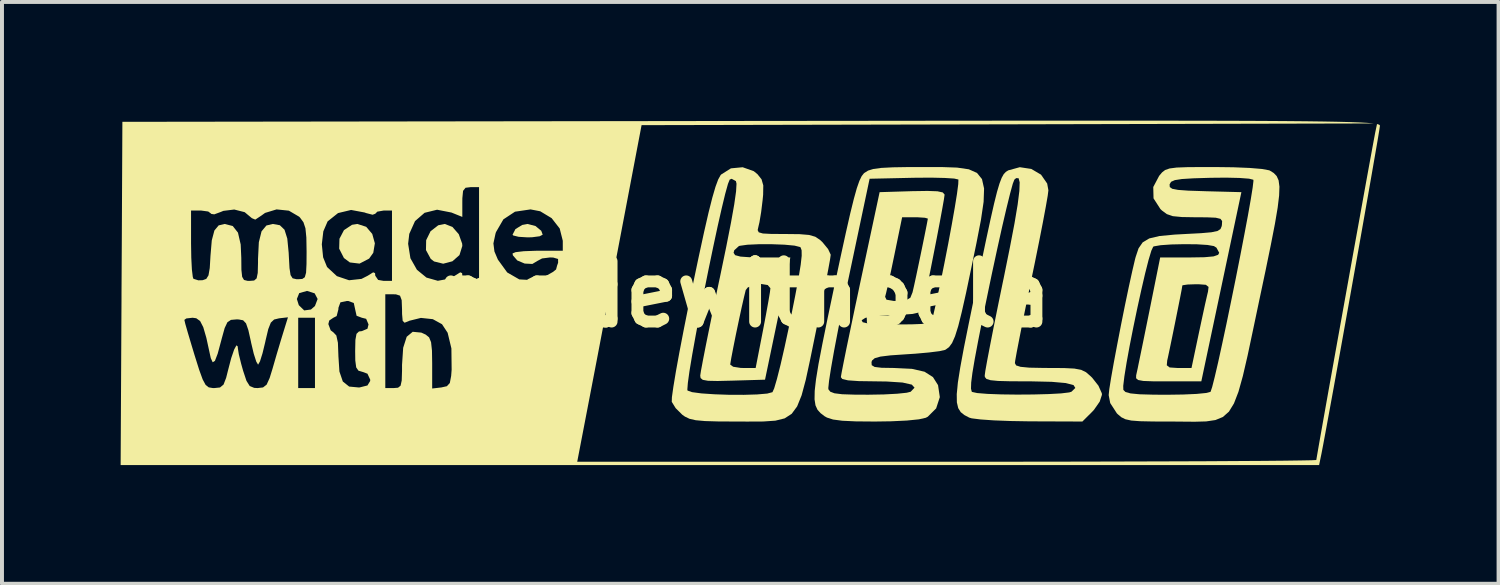
<source format=kicad_pcb>
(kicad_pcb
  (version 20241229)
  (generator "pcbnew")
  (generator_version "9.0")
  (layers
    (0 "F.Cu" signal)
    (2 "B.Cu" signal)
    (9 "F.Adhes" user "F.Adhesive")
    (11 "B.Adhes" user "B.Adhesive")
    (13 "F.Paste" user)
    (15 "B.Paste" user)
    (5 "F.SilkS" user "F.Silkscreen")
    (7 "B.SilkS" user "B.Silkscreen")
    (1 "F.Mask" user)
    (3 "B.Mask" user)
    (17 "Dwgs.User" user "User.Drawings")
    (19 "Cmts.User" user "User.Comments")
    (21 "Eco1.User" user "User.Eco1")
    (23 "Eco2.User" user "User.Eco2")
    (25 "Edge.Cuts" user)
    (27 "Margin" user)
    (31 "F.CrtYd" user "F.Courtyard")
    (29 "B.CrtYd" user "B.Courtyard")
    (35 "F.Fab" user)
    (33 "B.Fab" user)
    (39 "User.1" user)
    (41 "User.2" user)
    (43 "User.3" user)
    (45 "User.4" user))
  (footprint "madewithbela"
    (layer "F.Cu")
    (at 15.75 4.39)
    (property "Reference" "madewithbela" (at 0 0 0) (layer "F.SilkS") (effects (font (size 1.524 1.524) (thickness 0.3))))
    (attr board_only exclude_from_pos_files exclude_from_bom)
    (fp_poly (pts (xy -5.263 -1.726) (xy -5.116 -1.605) (xy -5.08 -1.507) (xy -5.156 -1.467) (xy -5.347 -1.442) (xy -5.461 -1.439) (xy -5.688 -1.453) (xy -5.825 -1.487) (xy -5.842 -1.507) (xy -5.769 -1.648) (xy -5.598 -1.753) (xy -5.461 -1.778)) (stroke (width 0) (type solid)) (fill yes) (layer "F.SilkS"))
    (fp_poly (pts (xy -9.542 -1.706) (xy -9.389 -1.526) (xy -9.323 -1.289) (xy -9.363 -1.049) (xy -9.468 -0.902) (xy -9.71 -0.776) (xy -9.955 -0.805) (xy -10.105 -0.917) (xy -10.225 -1.153) (xy -10.218 -1.404) (xy -10.104 -1.622) (xy -9.9 -1.757) (xy -9.764 -1.778)) (stroke (width 0) (type solid)) (fill yes) (layer "F.SilkS"))
    (fp_poly (pts (xy -7.362 -1.703) (xy -7.201 -1.518) (xy -7.116 -1.281) (xy -7.112 -1.222) (xy -7.184 -0.991) (xy -7.363 -0.834) (xy -7.595 -0.773) (xy -7.826 -0.83) (xy -7.91 -0.895) (xy -8.031 -1.118) (xy -8.026 -1.368) (xy -7.915 -1.594) (xy -7.72 -1.745) (xy -7.555 -1.778)) (stroke (width 0) (type solid)) (fill yes) (layer "F.SilkS"))
    (fp_poly (pts (xy 7.273 -3.169) (xy 7.519 -3.024) (xy 7.674 -2.8) (xy 7.705 -2.629) (xy 7.688 -2.493) (xy 7.64 -2.217) (xy 7.567 -1.826) (xy 7.473 -1.346) (xy 7.363 -0.802) (xy 7.281 -0.407) (xy 7.164 0.161) (xy 7.058 0.678) (xy 6.971 1.118) (xy 6.905 1.459) (xy 6.866 1.676) (xy 6.858 1.74) (xy 6.889 1.798) (xy 7.001 1.834) (xy 7.221 1.855) (xy 7.575 1.862) (xy 7.711 1.863) (xy 8.101 1.865) (xy 8.361 1.878) (xy 8.533 1.91) (xy 8.656 1.97) (xy 8.77 2.069) (xy 8.812 2.11) (xy 8.97 2.311) (xy 9.055 2.501) (xy 9.059 2.54) (xy 9.002 2.714) (xy 8.859 2.919) (xy 8.812 2.97) (xy 8.564 3.217) (xy 7.224 3.212) (xy 6.752 3.204) (xy 6.329 3.188) (xy 5.988 3.164) (xy 5.765 3.136) (xy 5.704 3.118) (xy 5.582 3.054) (xy 5.489 2.98) (xy 5.425 2.878) (xy 5.391 2.732) (xy 5.388 2.523) (xy 5.402 2.384) (xy 5.748 2.384) (xy 5.766 2.459) (xy 5.776 2.469) (xy 5.905 2.497) (xy 6.164 2.518) (xy 6.513 2.531) (xy 6.913 2.536) (xy 7.324 2.533) (xy 7.707 2.523) (xy 8.023 2.506) (xy 8.231 2.481) (xy 8.287 2.464) (xy 8.386 2.368) (xy 8.34 2.295) (xy 8.142 2.244) (xy 7.788 2.213) (xy 7.271 2.201) (xy 7.192 2.201) (xy 6.741 2.199) (xy 6.433 2.191) (xy 6.241 2.172) (xy 6.139 2.14) (xy 6.099 2.091) (xy 6.095 2.053) (xy 6.111 1.934) (xy 6.158 1.672) (xy 6.231 1.29) (xy 6.325 0.811) (xy 6.437 0.258) (xy 6.561 -0.346) (xy 6.572 -0.396) (xy 6.729 -1.172) (xy 6.848 -1.793) (xy 6.928 -2.27) (xy 6.971 -2.612) (xy 6.979 -2.831) (xy 6.951 -2.935) (xy 6.889 -2.936) (xy 6.845 -2.899) (xy 6.805 -2.796) (xy 6.737 -2.548) (xy 6.645 -2.175) (xy 6.534 -1.699) (xy 6.41 -1.14) (xy 6.276 -0.519) (xy 6.21 -0.204) (xy 6.053 0.555) (xy 5.932 1.164) (xy 5.843 1.636) (xy 5.784 1.987) (xy 5.753 2.231) (xy 5.748 2.384) (xy 5.402 2.384) (xy 5.416 2.234) (xy 5.477 1.847) (xy 5.57 1.345) (xy 5.698 0.709) (xy 5.831 0.061) (xy 5.995 -0.735) (xy 6.131 -1.382) (xy 6.242 -1.896) (xy 6.332 -2.293) (xy 6.406 -2.589) (xy 6.469 -2.801) (xy 6.524 -2.945) (xy 6.576 -3.038) (xy 6.63 -3.095) (xy 6.69 -3.133) (xy 6.982 -3.213)) (stroke (width 0) (type solid)) (fill yes) (layer "F.SilkS"))
    (fp_poly (pts (xy 0.257 -3.112) (xy 0.349 -3.037) (xy 0.453 -2.907) (xy 0.497 -2.753) (xy 0.493 -2.515) (xy 0.48 -2.381) (xy 0.443 -2.079) (xy 0.4 -1.821) (xy 0.375 -1.714) (xy 0.355 -1.623) (xy 0.382 -1.567) (xy 0.486 -1.537) (xy 0.697 -1.526) (xy 1.047 -1.524) (xy 1.052 -1.524) (xy 1.416 -1.52) (xy 1.654 -1.5) (xy 1.811 -1.455) (xy 1.93 -1.376) (xy 1.994 -1.316) (xy 2.135 -1.144) (xy 2.201 -1.003) (xy 2.201 -0.994) (xy 2.185 -0.88) (xy 2.139 -0.627) (xy 2.068 -0.258) (xy 1.977 0.2) (xy 1.872 0.723) (xy 1.819 0.979) (xy 1.683 1.644) (xy 1.571 2.163) (xy 1.466 2.554) (xy 1.353 2.834) (xy 1.215 3.022) (xy 1.037 3.137) (xy 0.803 3.195) (xy 0.495 3.216) (xy 0.099 3.218) (xy -0.163 3.217) (xy -0.639 3.215) (xy -0.978 3.205) (xy -1.21 3.184) (xy -1.368 3.148) (xy -1.483 3.093) (xy -1.55 3.046) (xy -1.719 2.878) (xy -1.817 2.719) (xy -1.813 2.6) (xy -1.786 2.408) (xy -1.423 2.408) (xy -1.418 2.434) (xy -1.305 2.474) (xy -1.065 2.506) (xy -0.739 2.528) (xy -0.368 2.541) (xy 0.006 2.542) (xy 0.341 2.532) (xy 0.597 2.51) (xy 0.729 2.475) (xy 0.773 2.377) (xy 0.843 2.138) (xy 0.933 1.783) (xy 1.035 1.338) (xy 1.145 0.827) (xy 1.182 0.645) (xy 1.303 0.042) (xy 1.389 -0.417) (xy 1.443 -0.748) (xy 1.468 -0.974) (xy 1.466 -1.112) (xy 1.441 -1.183) (xy 1.427 -1.195) (xy 1.288 -1.23) (xy 1.033 -1.254) (xy 0.714 -1.266) (xy 0.384 -1.266) (xy 0.096 -1.253) (xy -0.097 -1.226) (xy -0.12 -1.219) (xy -0.237 -1.113) (xy -0.254 -1.049) (xy -0.215 -0.989) (xy -0.081 -0.953) (xy 0.175 -0.935) (xy 0.464 -0.931) (xy 1.181 -0.931) (xy 1.126 -0.656) (xy 1.09 -0.477) (xy 1.026 -0.17) (xy 0.944 0.23) (xy 0.849 0.683) (xy 0.806 0.889) (xy 0.541 2.159) (xy -0.28 2.183) (xy -0.659 2.192) (xy -0.9 2.187) (xy -1.033 2.163) (xy -1.088 2.117) (xy -1.097 2.056) (xy -1.079 1.936) (xy -1.049 1.777) (xy -0.339 1.777) (xy -0.264 1.832) (xy -0.078 1.861) (xy -0.017 1.863) (xy 0.304 1.863) (xy 0.491 0.904) (xy 0.565 0.515) (xy 0.625 0.184) (xy 0.665 -0.053) (xy 0.677 -0.154) (xy 0.609 -0.234) (xy 0.447 -0.26) (xy 0.256 -0.237) (xy 0.103 -0.171) (xy 0.053 -0.106) (xy 0.012 0.061) (xy -0.05 0.333) (xy -0.122 0.667) (xy -0.196 1.02) (xy -0.262 1.349) (xy -0.312 1.61) (xy -0.337 1.761) (xy -0.339 1.777) (xy -1.049 1.777) (xy -1.03 1.674) (xy -0.955 1.291) (xy -0.858 0.811) (xy -0.744 0.257) (xy -0.617 -0.35) (xy -0.601 -0.423) (xy -0.441 -1.194) (xy -0.32 -1.809) (xy -0.237 -2.275) (xy -0.191 -2.602) (xy -0.18 -2.796) (xy -0.195 -2.861) (xy -0.303 -2.92) (xy -0.352 -2.9) (xy -0.396 -2.791) (xy -0.465 -2.542) (xy -0.553 -2.178) (xy -0.656 -1.723) (xy -0.768 -1.202) (xy -0.885 -0.639) (xy -1.002 -0.059) (xy -1.114 0.514) (xy -1.215 1.055) (xy -1.302 1.539) (xy -1.369 1.943) (xy -1.41 2.24) (xy -1.423 2.408) (xy -1.786 2.408) (xy -1.776 2.338) (xy -1.712 1.951) (xy -1.623 1.462) (xy -1.513 0.89) (xy -1.387 0.258) (xy -1.306 -0.137) (xy -1.14 -0.926) (xy -1.002 -1.563) (xy -0.887 -2.065) (xy -0.791 -2.445) (xy -0.711 -2.719) (xy -0.643 -2.903) (xy -0.583 -3.011) (xy -0.57 -3.027) (xy -0.321 -3.184) (xy -0.024 -3.212)) (stroke (width 0) (type solid)) (fill yes) (layer "F.SilkS"))
    (fp_poly (pts (xy 5 -3.217) (xy 5.396 -3.203) (xy 5.693 -3.16) (xy 5.9 -3.068) (xy 6.026 -2.912) (xy 6.079 -2.674) (xy 6.067 -2.336) (xy 6 -1.882) (xy 5.886 -1.293) (xy 5.756 -0.668) (xy 5.624 -0.037) (xy 5.515 0.447) (xy 5.425 0.807) (xy 5.345 1.061) (xy 5.27 1.231) (xy 5.193 1.336) (xy 5.108 1.398) (xy 5.089 1.407) (xy 4.95 1.438) (xy 4.685 1.471) (xy 4.339 1.502) (xy 4.107 1.517) (xy 3.714 1.544) (xy 3.459 1.575) (xy 3.314 1.616) (xy 3.247 1.674) (xy 3.233 1.714) (xy 3.238 1.792) (xy 3.312 1.837) (xy 3.489 1.858) (xy 3.8 1.863) (xy 4.255 1.885) (xy 4.574 1.958) (xy 4.786 2.093) (xy 4.915 2.297) (xy 4.96 2.6) (xy 4.867 2.885) (xy 4.656 3.095) (xy 4.605 3.122) (xy 4.433 3.161) (xy 4.127 3.192) (xy 3.725 3.211) (xy 3.317 3.217) (xy 2.835 3.213) (xy 2.493 3.197) (xy 2.26 3.166) (xy 2.107 3.117) (xy 2.045 3.082) (xy 1.945 3.005) (xy 1.868 2.92) (xy 1.817 2.809) (xy 1.793 2.656) (xy 1.797 2.442) (xy 1.805 2.368) (xy 2.141 2.368) (xy 2.143 2.402) (xy 2.191 2.463) (xy 2.297 2.503) (xy 2.49 2.527) (xy 2.801 2.537) (xy 3.151 2.539) (xy 3.545 2.532) (xy 3.883 2.514) (xy 4.123 2.489) (xy 4.223 2.464) (xy 4.321 2.361) (xy 4.252 2.284) (xy 4.017 2.231) (xy 3.617 2.205) (xy 3.339 2.201) (xy 2.915 2.195) (xy 2.639 2.176) (xy 2.494 2.141) (xy 2.458 2.095) (xy 2.476 1.988) (xy 2.525 1.737) (xy 2.6 1.365) (xy 2.698 0.895) (xy 2.812 0.349) (xy 2.873 0.064) (xy 3.577 0.064) (xy 3.612 0.137) (xy 3.796 0.168) (xy 3.876 0.169) (xy 4.102 0.154) (xy 4.215 0.087) (xy 4.27 -0.049) (xy 4.308 -0.213) (xy 4.366 -0.48) (xy 4.435 -0.808) (xy 4.507 -1.155) (xy 4.573 -1.479) (xy 4.625 -1.739) (xy 4.654 -1.892) (xy 4.657 -1.914) (xy 4.582 -1.935) (xy 4.395 -1.947) (xy 4.332 -1.947) (xy 4.007 -1.947) (xy 3.811 -0.995) (xy 3.73 -0.606) (xy 3.658 -0.274) (xy 3.603 -0.037) (xy 3.577 0.064) (xy 2.873 0.064) (xy 2.939 -0.25) (xy 2.949 -0.296) (xy 3.438 -2.582) (xy 4.259 -2.607) (xy 4.651 -2.613) (xy 4.9 -2.604) (xy 5.034 -2.575) (xy 5.079 -2.524) (xy 5.08 -2.514) (xy 5.064 -2.401) (xy 5.021 -2.157) (xy 4.958 -1.816) (xy 4.881 -1.412) (xy 4.796 -0.98) (xy 4.712 -0.553) (xy 4.633 -0.168) (xy 4.568 0.143) (xy 4.53 0.314) (xy 4.495 0.405) (xy 4.421 0.463) (xy 4.27 0.497) (xy 4.01 0.516) (xy 3.753 0.526) (xy 3.332 0.552) (xy 3.076 0.597) (xy 2.984 0.656) (xy 3.01 0.706) (xy 3.142 0.738) (xy 3.399 0.756) (xy 3.803 0.762) (xy 3.844 0.762) (xy 4.242 0.76) (xy 4.502 0.75) (xy 4.657 0.726) (xy 4.737 0.681) (xy 4.774 0.608) (xy 4.784 0.572) (xy 4.875 0.177) (xy 4.974 -0.282) (xy 5.074 -0.776) (xy 5.172 -1.276) (xy 5.261 -1.756) (xy 5.337 -2.187) (xy 5.394 -2.539) (xy 5.426 -2.786) (xy 5.43 -2.899) (xy 5.428 -2.902) (xy 5.323 -2.926) (xy 5.083 -2.941) (xy 4.742 -2.949) (xy 4.334 -2.946) (xy 4.274 -2.945) (xy 3.185 -2.921) (xy 2.637 -0.329) (xy 2.504 0.315) (xy 2.386 0.91) (xy 2.286 1.433) (xy 2.21 1.865) (xy 2.16 2.184) (xy 2.141 2.368) (xy 1.805 2.368) (xy 1.83 2.151) (xy 1.893 1.764) (xy 1.989 1.264) (xy 2.117 0.635) (xy 2.28 -0.142) (xy 2.287 -0.175) (xy 2.45 -0.941) (xy 2.585 -1.558) (xy 2.695 -2.042) (xy 2.786 -2.411) (xy 2.861 -2.68) (xy 2.926 -2.866) (xy 2.984 -2.987) (xy 3.04 -3.058) (xy 3.051 -3.067) (xy 3.146 -3.127) (xy 3.279 -3.168) (xy 3.479 -3.195) (xy 3.775 -3.21) (xy 4.195 -3.217) (xy 4.497 -3.217)) (stroke (width 0) (type solid)) (fill yes) (layer "F.SilkS"))
    (fp_poly (pts (xy 12.385 -3.211) (xy 12.795 -3.194) (xy 13.105 -3.168) (xy 13.284 -3.135) (xy 13.302 -3.128) (xy 13.402 -3.066) (xy 13.476 -2.989) (xy 13.525 -2.88) (xy 13.546 -2.721) (xy 13.538 -2.496) (xy 13.501 -2.189) (xy 13.432 -1.781) (xy 13.33 -1.257) (xy 13.195 -0.599) (xy 13.047 0.1) (xy 12.879 0.899) (xy 12.741 1.55) (xy 12.621 2.067) (xy 12.51 2.465) (xy 12.396 2.76) (xy 12.269 2.967) (xy 12.116 3.102) (xy 11.929 3.179) (xy 11.695 3.214) (xy 11.405 3.222) (xy 11.046 3.219) (xy 10.829 3.217) (xy 10.358 3.216) (xy 10.025 3.209) (xy 9.8 3.192) (xy 9.651 3.159) (xy 9.548 3.108) (xy 9.459 3.032) (xy 9.436 3.01) (xy 9.268 2.75) (xy 9.229 2.549) (xy 9.245 2.395) (xy 9.258 2.315) (xy 9.597 2.315) (xy 9.6 2.417) (xy 9.653 2.47) (xy 9.781 2.506) (xy 10.009 2.528) (xy 10.364 2.538) (xy 10.703 2.54) (xy 11.108 2.534) (xy 11.45 2.519) (xy 11.693 2.495) (xy 11.803 2.467) (xy 11.805 2.464) (xy 11.845 2.346) (xy 11.91 2.09) (xy 11.996 1.721) (xy 12.096 1.264) (xy 12.208 0.741) (xy 12.324 0.178) (xy 12.442 -0.401) (xy 12.555 -0.972) (xy 12.659 -1.512) (xy 12.75 -1.995) (xy 12.821 -2.398) (xy 12.869 -2.697) (xy 12.889 -2.867) (xy 12.886 -2.896) (xy 12.777 -2.923) (xy 12.535 -2.941) (xy 12.196 -2.949) (xy 11.805 -2.945) (xy 11.372 -2.932) (xy 11.08 -2.914) (xy 10.901 -2.886) (xy 10.807 -2.844) (xy 10.771 -2.783) (xy 10.769 -2.776) (xy 10.774 -2.711) (xy 10.836 -2.667) (xy 10.983 -2.639) (xy 11.242 -2.62) (xy 11.643 -2.607) (xy 11.663 -2.606) (xy 12.584 -2.582) (xy 12.078 -0.191) (xy 11.571 2.201) (xy 10.729 2.201) (xy 10.347 2.2) (xy 10.104 2.191) (xy 9.973 2.167) (xy 9.922 2.122) (xy 9.924 2.048) (xy 9.932 2.011) (xy 9.964 1.866) (xy 9.978 1.795) (xy 10.698 1.795) (xy 10.77 1.85) (xy 10.965 1.863) (xy 10.994 1.863) (xy 11.323 1.863) (xy 11.507 0.99) (xy 11.589 0.607) (xy 11.662 0.27) (xy 11.718 0.024) (xy 11.74 -0.068) (xy 11.754 -0.186) (xy 11.686 -0.24) (xy 11.498 -0.254) (xy 11.44 -0.254) (xy 11.224 -0.247) (xy 11.102 -0.229) (xy 11.091 -0.221) (xy 11.076 -0.128) (xy 11.034 0.089) (xy 10.974 0.39) (xy 10.905 0.733) (xy 10.835 1.077) (xy 10.772 1.381) (xy 10.725 1.604) (xy 10.709 1.672) (xy 10.698 1.795) (xy 9.978 1.795) (xy 10.021 1.587) (xy 10.099 1.208) (xy 10.19 0.76) (xy 10.254 0.445) (xy 10.531 -0.931) (xy 11.277 -0.931) (xy 11.65 -0.937) (xy 11.881 -0.958) (xy 11.996 -0.998) (xy 12.023 -1.049) (xy 11.954 -1.178) (xy 11.889 -1.219) (xy 11.726 -1.247) (xy 11.458 -1.264) (xy 11.136 -1.267) (xy 10.814 -1.26) (xy 10.542 -1.241) (xy 10.374 -1.212) (xy 10.355 -1.203) (xy 10.308 -1.103) (xy 10.237 -0.867) (xy 10.15 -0.525) (xy 10.053 -0.106) (xy 9.951 0.359) (xy 9.851 0.839) (xy 9.759 1.305) (xy 9.682 1.727) (xy 9.626 2.074) (xy 9.597 2.315) (xy 9.258 2.315) (xy 9.291 2.108) (xy 9.36 1.72) (xy 9.446 1.264) (xy 9.541 0.773) (xy 9.64 0.28) (xy 9.737 -0.184) (xy 9.825 -0.585) (xy 9.897 -0.892) (xy 9.911 -0.943) (xy 9.984 -1.161) (xy 10.088 -1.312) (xy 10.255 -1.412) (xy 10.513 -1.473) (xy 10.893 -1.509) (xy 11.167 -1.524) (xy 11.566 -1.545) (xy 11.827 -1.568) (xy 11.98 -1.6) (xy 12.056 -1.65) (xy 12.087 -1.724) (xy 12.092 -1.757) (xy 12.097 -1.851) (xy 12.056 -1.907) (xy 11.936 -1.936) (xy 11.706 -1.946) (xy 11.432 -1.947) (xy 11.08 -1.953) (xy 10.851 -1.975) (xy 10.699 -2.027) (xy 10.577 -2.117) (xy 10.537 -2.155) (xy 10.363 -2.425) (xy 10.356 -2.712) (xy 10.505 -2.994) (xy 10.578 -3.081) (xy 10.656 -3.142) (xy 10.769 -3.181) (xy 10.946 -3.204) (xy 11.217 -3.214) (xy 11.611 -3.217) (xy 11.907 -3.217)) (stroke (width 0) (type solid)) (fill yes) (layer "F.SilkS"))
    (fp_poly (pts (xy 9.486 -4.39) (xy 10.55 -4.389) (xy 11.494 -4.388) (xy 12.325 -4.386) (xy 13.051 -4.383) (xy 13.678 -4.379) (xy 14.213 -4.374) (xy 14.664 -4.368) (xy 15.038 -4.361) (xy 15.341 -4.353) (xy 15.581 -4.344) (xy 15.764 -4.334) (xy 15.899 -4.322) (xy 15.925 -4.319) (xy 6.718 -4.297) (xy -2.58 -4.276) (xy -3.112 -1.482) (xy -3.255 -0.731) (xy -3.403 0.041) (xy -3.548 0.799) (xy -3.683 1.508) (xy -3.803 2.133) (xy -3.9 2.638) (xy -3.926 2.773) (xy -4.207 4.233) (xy 5.135 4.233) (xy 6.378 4.233) (xy 7.572 4.232) (xy 8.706 4.23) (xy 9.771 4.227) (xy 10.755 4.224) (xy 11.648 4.221) (xy 12.438 4.216) (xy 13.114 4.212) (xy 13.667 4.207) (xy 14.086 4.201) (xy 14.358 4.196) (xy 14.474 4.19) (xy 14.478 4.188) (xy 14.493 4.099) (xy 14.534 3.862) (xy 14.598 3.498) (xy 14.682 3.026) (xy 14.782 2.464) (xy 14.895 1.834) (xy 15.017 1.154) (xy 15.145 0.444) (xy 15.275 -0.277) (xy 15.403 -0.99) (xy 15.527 -1.674) (xy 15.642 -2.31) (xy 15.745 -2.879) (xy 15.833 -3.362) (xy 15.902 -3.738) (xy 15.949 -3.989) (xy 15.967 -4.086) (xy 16.013 -4.304) (xy 16.048 -4.295) (xy 16.078 -4.28) (xy 16.087 -4.262) (xy 16.087 -4.262) (xy 16.072 -4.16) (xy 16.031 -3.911) (xy 15.966 -3.535) (xy 15.882 -3.051) (xy 15.782 -2.479) (xy 15.669 -1.838) (xy 15.547 -1.148) (xy 15.418 -0.428) (xy 15.288 0.301) (xy 15.159 1.021) (xy 15.035 1.711) (xy 14.919 2.353) (xy 14.814 2.926) (xy 14.725 3.411) (xy 14.655 3.788) (xy 14.607 4.038) (xy 14.597 4.085) (xy 14.549 4.318) (xy -15.75 4.318) (xy -15.731 0.647) (xy -14.139 0.647) (xy -14.116 0.746) (xy -14.052 0.969) (xy -13.959 1.281) (xy -13.882 1.536) (xy -13.764 1.911) (xy -13.676 2.153) (xy -13.602 2.29) (xy -13.523 2.353) (xy -13.423 2.37) (xy -13.382 2.371) (xy -13.238 2.356) (xy -13.149 2.283) (xy -13.083 2.113) (xy -13.036 1.926) (xy -12.955 1.616) (xy -12.88 1.396) (xy -12.822 1.29) (xy -12.79 1.318) (xy -12.787 1.36) (xy -12.763 1.514) (xy -12.702 1.761) (xy -12.654 1.932) (xy -12.569 2.188) (xy -12.487 2.319) (xy -12.374 2.366) (xy -12.287 2.371) (xy -11.261 2.371) (xy -10.837 2.371) (xy -9.059 2.371) (xy -8.848 2.371) (xy -8.737 2.362) (xy -8.673 2.311) (xy -8.644 2.18) (xy -8.636 1.933) (xy -8.636 1.784) (xy -8.607 1.352) (xy -8.518 1.074) (xy -8.366 0.948) (xy -8.148 0.969) (xy -8.038 1.019) (xy -7.952 1.089) (xy -7.902 1.211) (xy -7.879 1.425) (xy -7.874 1.744) (xy -7.874 2.382) (xy -7.641 2.355) (xy -7.502 2.324) (xy -7.428 2.243) (xy -7.394 2.064) (xy -7.382 1.905) (xy -7.388 1.368) (xy -7.483 0.973) (xy -7.625 0.757) (xy -7.858 0.629) (xy -8.159 0.597) (xy -8.45 0.669) (xy -8.472 0.68) (xy -8.572 0.719) (xy -8.62 0.67) (xy -8.635 0.5) (xy -8.636 0.384) (xy -8.645 0.148) (xy -8.687 0.035) (xy -8.788 0.002) (xy -8.848 0) (xy -9.059 0) (xy -9.059 2.371) (xy -10.837 2.371) (xy -10.837 0.753) (xy -10.499 0.753) (xy -10.44 0.911) (xy -10.372 0.962) (xy -10.297 1.041) (xy -10.257 1.225) (xy -10.245 1.546) (xy -10.245 1.558) (xy -10.219 1.953) (xy -10.133 2.205) (xy -9.973 2.333) (xy -9.727 2.356) (xy -9.705 2.354) (xy -9.51 2.305) (xy -9.442 2.193) (xy -9.44 2.159) (xy -9.51 2.008) (xy -9.631 1.963) (xy -9.738 1.931) (xy -9.795 1.848) (xy -9.818 1.672) (xy -9.821 1.433) (xy -9.815 1.152) (xy -9.787 1) (xy -9.725 0.94) (xy -9.652 0.931) (xy -9.51 0.871) (xy -9.483 0.762) (xy -9.543 0.62) (xy -9.652 0.593) (xy -9.785 0.543) (xy -9.821 0.381) (xy -9.856 0.22) (xy -9.994 0.17) (xy -10.033 0.169) (xy -10.194 0.204) (xy -10.244 0.342) (xy -10.245 0.381) (xy -10.289 0.551) (xy -10.372 0.593) (xy -10.476 0.663) (xy -10.499 0.753) (xy -10.837 0.753) (xy -10.837 0.593) (xy -11.261 0.593) (xy -11.261 2.371) (xy -12.287 2.371) (xy -12.15 2.355) (xy -12.059 2.284) (xy -11.983 2.117) (xy -11.911 1.884) (xy -11.808 1.527) (xy -11.698 1.159) (xy -11.646 0.989) (xy -11.52 0.582) (xy -11.746 0.608) (xy -11.87 0.638) (xy -11.953 0.716) (xy -12.018 0.881) (xy -12.087 1.171) (xy -12.094 1.206) (xy -12.163 1.491) (xy -12.227 1.695) (xy -12.274 1.778) (xy -12.276 1.778) (xy -12.321 1.702) (xy -12.385 1.502) (xy -12.452 1.22) (xy -12.454 1.206) (xy -12.521 0.906) (xy -12.58 0.735) (xy -12.654 0.657) (xy -12.767 0.636) (xy -12.823 0.635) (xy -12.961 0.647) (xy -13.051 0.707) (xy -13.12 0.853) (xy -13.195 1.123) (xy -13.204 1.158) (xy -13.296 1.5) (xy -13.367 1.684) (xy -13.423 1.719) (xy -13.471 1.614) (xy -13.494 1.51) (xy -13.583 1.101) (xy -13.661 0.832) (xy -13.741 0.676) (xy -13.838 0.606) (xy -13.931 0.593) (xy -14.089 0.611) (xy -14.139 0.647) (xy -15.731 0.647) (xy -15.728 0.119) (xy -11.295 0.119) (xy -11.246 0.275) (xy -11.109 0.408) (xy -10.939 0.385) (xy -10.838 0.297) (xy -10.77 0.119) (xy -10.845 -0.024) (xy -11.036 -0.085) (xy -11.039 -0.085) (xy -11.235 -0.03) (xy -11.295 0.119) (xy -15.728 0.119) (xy -15.728 -0.021) (xy -15.721 -1.284) (xy -13.97 -1.284) (xy -13.964 -0.924) (xy -13.949 -0.629) (xy -13.926 -0.439) (xy -13.91 -0.392) (xy -13.786 -0.353) (xy -13.677 -0.356) (xy -13.585 -0.389) (xy -13.529 -0.479) (xy -13.497 -0.664) (xy -13.479 -0.97) (xy -13.446 -1.363) (xy -13.38 -1.612) (xy -13.272 -1.742) (xy -13.119 -1.778) (xy -12.916 -1.726) (xy -12.784 -1.559) (xy -12.715 -1.259) (xy -12.7 -0.925) (xy -12.697 -0.618) (xy -12.678 -0.442) (xy -12.631 -0.362) (xy -12.542 -0.34) (xy -12.488 -0.339) (xy -12.375 -0.348) (xy -12.312 -0.402) (xy -12.284 -0.539) (xy -12.277 -0.796) (xy -12.277 -0.895) (xy -12.256 -1.316) (xy -12.188 -1.591) (xy -12.065 -1.739) (xy -11.903 -1.778) (xy -11.725 -1.746) (xy -11.607 -1.632) (xy -11.537 -1.409) (xy -11.502 -1.049) (xy -11.498 -0.97) (xy -11.481 -0.662) (xy -11.454 -0.485) (xy -11.402 -0.404) (xy -11.309 -0.382) (xy -11.261 -0.381) (xy -11.157 -0.388) (xy -11.094 -0.431) (xy -11.062 -0.546) (xy -11.051 -0.765) (xy -11.049 -1.077) (xy -11.052 -1.264) (xy -10.664 -1.264) (xy -10.631 -0.935) (xy -10.532 -0.69) (xy -10.283 -0.459) (xy -9.975 -0.355) (xy -9.661 -0.389) (xy -9.502 -0.47) (xy -9.366 -0.555) (xy -9.318 -0.535) (xy -9.313 -0.47) (xy -9.24 -0.363) (xy -9.102 -0.339) (xy -8.89 -0.339) (xy -8.89 -1.277) (xy -8.482 -1.277) (xy -8.424 -0.911) (xy -8.259 -0.619) (xy -8.018 -0.422) (xy -7.731 -0.341) (xy -7.43 -0.397) (xy -7.3 -0.47) (xy -7.164 -0.555) (xy -7.117 -0.535) (xy -7.112 -0.47) (xy -7.039 -0.363) (xy -6.9 -0.339) (xy -6.689 -0.339) (xy -6.689 -1.286) (xy -6.326 -1.286) (xy -6.3 -1.082) (xy -6.213 -0.877) (xy -5.977 -0.552) (xy -5.671 -0.376) (xy -5.315 -0.357) (xy -4.991 -0.468) (xy -4.822 -0.564) (xy -4.742 -0.627) (xy -4.741 -0.63) (xy -4.715 -0.728) (xy -4.69 -0.797) (xy -4.691 -0.893) (xy -4.815 -0.929) (xy -4.897 -0.931) (xy -5.096 -0.906) (xy -5.207 -0.847) (xy -5.341 -0.767) (xy -5.536 -0.777) (xy -5.723 -0.856) (xy -5.834 -0.985) (xy -5.842 -1.033) (xy -5.764 -1.065) (xy -5.559 -1.089) (xy -5.266 -1.1) (xy -5.207 -1.101) (xy -4.572 -1.101) (xy -4.572 -1.353) (xy -4.65 -1.663) (xy -4.854 -1.925) (xy -5.143 -2.099) (xy -5.387 -2.146) (xy -5.78 -2.088) (xy -6.074 -1.894) (xy -6.261 -1.571) (xy -6.273 -1.533) (xy -6.326 -1.286) (xy -6.689 -1.286) (xy -6.689 -2.709) (xy -6.9 -2.709) (xy -7.031 -2.693) (xy -7.093 -2.615) (xy -7.111 -2.428) (xy -7.112 -2.333) (xy -7.112 -1.956) (xy -7.387 -2.067) (xy -7.75 -2.138) (xy -8.066 -2.06) (xy -8.308 -1.85) (xy -8.453 -1.527) (xy -8.482 -1.277) (xy -8.89 -1.277) (xy -8.89 -2.117) (xy -9.102 -2.117) (xy -9.261 -2.089) (xy -9.313 -2.036) (xy -9.38 -2.011) (xy -9.545 -2.054) (xy -9.582 -2.068) (xy -9.924 -2.132) (xy -10.254 -2.053) (xy -10.515 -1.845) (xy -10.518 -1.841) (xy -10.626 -1.591) (xy -10.664 -1.264) (xy -11.052 -1.264) (xy -11.055 -1.435) (xy -11.078 -1.669) (xy -11.129 -1.822) (xy -11.216 -1.94) (xy -11.238 -1.962) (xy -11.497 -2.114) (xy -11.808 -2.146) (xy -12.099 -2.057) (xy -12.193 -1.989) (xy -12.346 -1.888) (xy -12.432 -1.924) (xy -12.614 -2.076) (xy -12.878 -2.143) (xy -13.153 -2.109) (xy -13.217 -2.082) (xy -13.383 -2.021) (xy -13.461 -2.032) (xy -13.462 -2.038) (xy -13.536 -2.093) (xy -13.713 -2.117) (xy -13.716 -2.117) (xy -13.97 -2.117) (xy -13.97 -1.284) (xy -15.721 -1.284) (xy -15.706 -4.36) (xy 0.191 -4.382) (xy 2.122 -4.384) (xy 3.891 -4.386) (xy 5.505 -4.388) (xy 6.971 -4.389) (xy 8.295 -4.39)) (stroke (width 0) (type solid)) (fill yes) (layer "F.SilkS")))
  (gr_rect
    (start -3 -3)
    (end 34.836 11.708)
    (stroke (width 0.1) (type default))
    (fill no)
    (layer "Edge.Cuts")))
</source>
